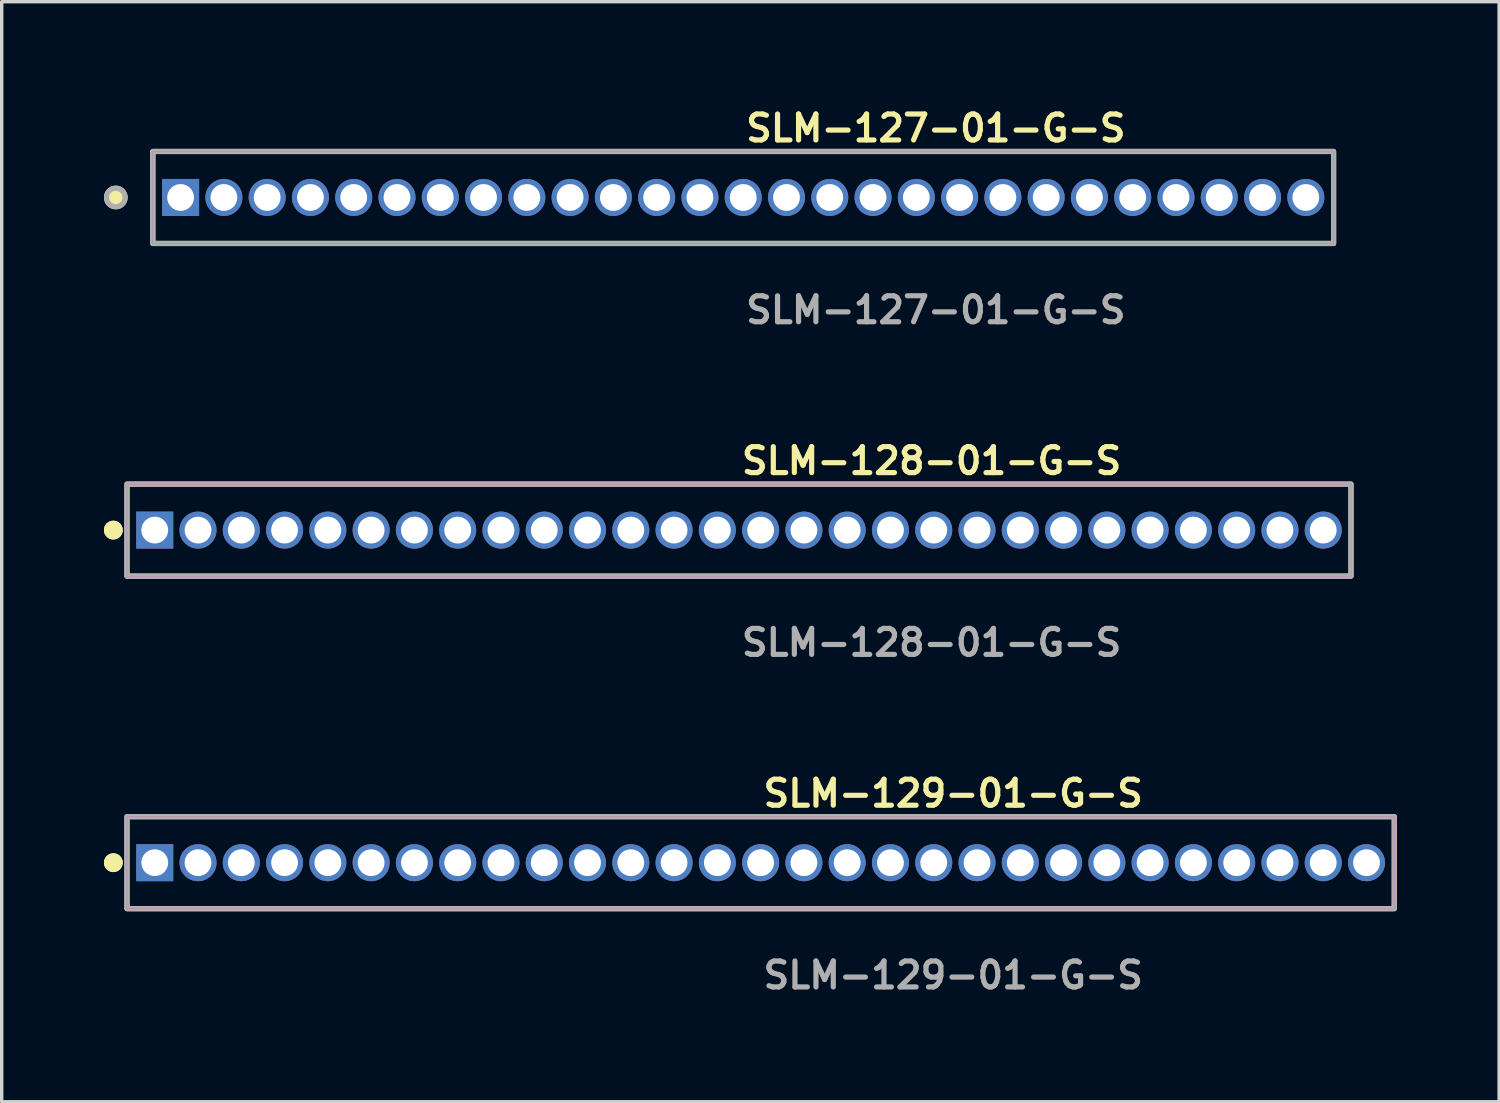
<source format=kicad_pcb>
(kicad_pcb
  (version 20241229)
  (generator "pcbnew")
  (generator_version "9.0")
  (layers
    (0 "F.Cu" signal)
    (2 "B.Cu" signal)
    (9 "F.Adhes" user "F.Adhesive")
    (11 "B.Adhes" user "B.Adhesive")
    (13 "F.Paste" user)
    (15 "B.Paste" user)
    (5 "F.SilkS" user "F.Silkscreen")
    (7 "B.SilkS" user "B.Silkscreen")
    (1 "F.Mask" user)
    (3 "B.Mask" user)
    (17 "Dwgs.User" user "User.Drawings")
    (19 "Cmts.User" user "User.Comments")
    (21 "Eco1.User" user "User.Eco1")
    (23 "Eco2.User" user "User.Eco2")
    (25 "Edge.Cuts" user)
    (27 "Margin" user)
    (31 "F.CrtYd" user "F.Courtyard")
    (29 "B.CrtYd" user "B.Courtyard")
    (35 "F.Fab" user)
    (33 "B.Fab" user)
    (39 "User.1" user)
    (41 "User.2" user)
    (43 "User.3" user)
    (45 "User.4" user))
  (footprint "SLM-129-01-G-S"
    (layer "F.Cu")
    (at 19.271 22.266)
    (property "Reference" "SLM-129-01-G-S" (at 0 -2.032 0) (unlocked yes) (layer "F.SilkS") (effects (font (size 0.762 0.762) (thickness 0.152)) (justify left)))
    (fp_rect (start -18.595 1.35) (end 18.595 -1.35) (stroke (width 0.152) (type solid)) (fill no) (layer "F.SilkS"))
    (fp_circle (center -18.995 0) (end -19.195 0) (stroke (width 0.152) (type solid)) (fill yes) (layer "F.SilkS"))
    (fp_circle (center -18.995 0) (end -19.195 0) (stroke (width 0.152) (type solid)) (fill yes) (layer "F.SilkS"))
    (fp_rect (start -18.595 1.35) (end 18.595 -1.35) (stroke (width 0.006) (type solid)) (fill no) (layer "F.CrtYd"))
    (fp_rect (start -18.595 1.35) (end 18.595 -1.35) (stroke (width 0.152) (type solid)) (fill no) (layer "F.Fab"))
    (fp_text user "${REFERENCE}" (at 0 3.302 0) (unlocked yes) (layer "F.Fab") (effects (font (size 0.762 0.762) (thickness 0.152)) (justify left)))
    (pad "1" thru_hole rect (at -17.78 0) (size 1.087 1.087) (drill 0.787) (layers "*.Cu" "*.Mask"))
    (pad "2" thru_hole circle (at -16.51 0) (size 1.087 1.087) (drill 0.787) (layers "*.Cu" "*.Mask"))
    (pad "3" thru_hole circle (at -15.24 0) (size 1.087 1.087) (drill 0.787) (layers "*.Cu" "*.Mask"))
    (pad "4" thru_hole circle (at -13.97 0) (size 1.087 1.087) (drill 0.787) (layers "*.Cu" "*.Mask"))
    (pad "5" thru_hole circle (at -12.7 0) (size 1.087 1.087) (drill 0.787) (layers "*.Cu" "*.Mask"))
    (pad "6" thru_hole circle (at -11.43 0) (size 1.087 1.087) (drill 0.787) (layers "*.Cu" "*.Mask"))
    (pad "7" thru_hole circle (at -10.16 0) (size 1.087 1.087) (drill 0.787) (layers "*.Cu" "*.Mask"))
    (pad "8" thru_hole circle (at -8.89 0) (size 1.087 1.087) (drill 0.787) (layers "*.Cu" "*.Mask"))
    (pad "9" thru_hole circle (at -7.62 0) (size 1.087 1.087) (drill 0.787) (layers "*.Cu" "*.Mask"))
    (pad "10" thru_hole circle (at -6.35 0) (size 1.087 1.087) (drill 0.787) (layers "*.Cu" "*.Mask"))
    (pad "11" thru_hole circle (at -5.08 0) (size 1.087 1.087) (drill 0.787) (layers "*.Cu" "*.Mask"))
    (pad "12" thru_hole circle (at -3.81 0) (size 1.087 1.087) (drill 0.787) (layers "*.Cu" "*.Mask"))
    (pad "13" thru_hole circle (at -2.54 0) (size 1.087 1.087) (drill 0.787) (layers "*.Cu" "*.Mask"))
    (pad "14" thru_hole circle (at -1.27 0) (size 1.087 1.087) (drill 0.787) (layers "*.Cu" "*.Mask"))
    (pad "15" thru_hole circle (at 0 0) (size 1.087 1.087) (drill 0.787) (layers "*.Cu" "*.Mask"))
    (pad "16" thru_hole circle (at 1.27 0) (size 1.087 1.087) (drill 0.787) (layers "*.Cu" "*.Mask"))
    (pad "17" thru_hole circle (at 2.54 0) (size 1.087 1.087) (drill 0.787) (layers "*.Cu" "*.Mask"))
    (pad "18" thru_hole circle (at 3.81 0) (size 1.087 1.087) (drill 0.787) (layers "*.Cu" "*.Mask"))
    (pad "19" thru_hole circle (at 5.08 0) (size 1.087 1.087) (drill 0.787) (layers "*.Cu" "*.Mask"))
    (pad "20" thru_hole circle (at 6.35 0) (size 1.087 1.087) (drill 0.787) (layers "*.Cu" "*.Mask"))
    (pad "21" thru_hole circle (at 7.62 0) (size 1.087 1.087) (drill 0.787) (layers "*.Cu" "*.Mask"))
    (pad "22" thru_hole circle (at 8.89 0) (size 1.087 1.087) (drill 0.787) (layers "*.Cu" "*.Mask"))
    (pad "23" thru_hole circle (at 10.16 0) (size 1.087 1.087) (drill 0.787) (layers "*.Cu" "*.Mask"))
    (pad "24" thru_hole circle (at 11.43 0) (size 1.087 1.087) (drill 0.787) (layers "*.Cu" "*.Mask"))
    (pad "25" thru_hole circle (at 12.7 0) (size 1.087 1.087) (drill 0.787) (layers "*.Cu" "*.Mask"))
    (pad "26" thru_hole circle (at 13.97 0) (size 1.087 1.087) (drill 0.787) (layers "*.Cu" "*.Mask"))
    (pad "27" thru_hole circle (at 15.24 0) (size 1.087 1.087) (drill 0.787) (layers "*.Cu" "*.Mask"))
    (pad "28" thru_hole circle (at 16.51 0) (size 1.087 1.087) (drill 0.787) (layers "*.Cu" "*.Mask"))
    (pad "29" thru_hole circle (at 17.78 0) (size 1.087 1.087) (drill 0.787) (layers "*.Cu" "*.Mask")))
  (footprint "SLM-127-01-G-S"
    (layer "F.Cu")
    (at 18.76 2.745)
    (property "Reference" "SLM-127-01-G-S" (at 0 -2.032 0) (unlocked yes) (layer "F.SilkS") (effects (font (size 0.762 0.762) (thickness 0.152)) (justify left)))
    (fp_rect (start -17.325 1.35) (end 17.325 -1.35) (stroke (width 0.152) (type solid)) (fill no) (layer "F.SilkS"))
    (fp_circle (center -18.412 0) (end -18.684 0) (stroke (width 0.152) (type solid)) (fill yes) (layer "F.SilkS"))
    (fp_rect (start -17.325 1.35) (end 17.325 -1.35) (stroke (width 0.006) (type solid)) (fill no) (layer "F.CrtYd"))
    (fp_rect (start -17.325 1.35) (end 17.325 -1.35) (stroke (width 0.152) (type solid)) (fill no) (layer "F.Fab"))
    (fp_circle (center -18.412 0) (end -18.684 0) (stroke (width 0.152) (type solid)) (fill no) (layer "F.Fab"))
    (fp_text user "${REFERENCE}" (at 0 3.302 0) (unlocked yes) (layer "F.Fab") (effects (font (size 0.762 0.762) (thickness 0.152)) (justify left)))
    (pad "1" thru_hole rect (at -16.51 0) (size 1.087 1.087) (drill 0.787) (layers "*.Cu" "*.Mask"))
    (pad "2" thru_hole circle (at -15.24 0) (size 1.087 1.087) (drill 0.787) (layers "*.Cu" "*.Mask"))
    (pad "3" thru_hole circle (at -13.97 0) (size 1.087 1.087) (drill 0.787) (layers "*.Cu" "*.Mask"))
    (pad "4" thru_hole circle (at -12.7 0) (size 1.087 1.087) (drill 0.787) (layers "*.Cu" "*.Mask"))
    (pad "5" thru_hole circle (at -11.43 0) (size 1.087 1.087) (drill 0.787) (layers "*.Cu" "*.Mask"))
    (pad "6" thru_hole circle (at -10.16 0) (size 1.087 1.087) (drill 0.787) (layers "*.Cu" "*.Mask"))
    (pad "7" thru_hole circle (at -8.89 0) (size 1.087 1.087) (drill 0.787) (layers "*.Cu" "*.Mask"))
    (pad "8" thru_hole circle (at -7.62 0) (size 1.087 1.087) (drill 0.787) (layers "*.Cu" "*.Mask"))
    (pad "9" thru_hole circle (at -6.35 0) (size 1.087 1.087) (drill 0.787) (layers "*.Cu" "*.Mask"))
    (pad "10" thru_hole circle (at -5.08 0) (size 1.087 1.087) (drill 0.787) (layers "*.Cu" "*.Mask"))
    (pad "11" thru_hole circle (at -3.81 0) (size 1.087 1.087) (drill 0.787) (layers "*.Cu" "*.Mask"))
    (pad "12" thru_hole circle (at -2.54 0) (size 1.087 1.087) (drill 0.787) (layers "*.Cu" "*.Mask"))
    (pad "13" thru_hole circle (at -1.27 0) (size 1.087 1.087) (drill 0.787) (layers "*.Cu" "*.Mask"))
    (pad "14" thru_hole circle (at 0 0) (size 1.087 1.087) (drill 0.787) (layers "*.Cu" "*.Mask"))
    (pad "15" thru_hole circle (at 1.27 0) (size 1.087 1.087) (drill 0.787) (layers "*.Cu" "*.Mask"))
    (pad "16" thru_hole circle (at 2.54 0) (size 1.087 1.087) (drill 0.787) (layers "*.Cu" "*.Mask"))
    (pad "17" thru_hole circle (at 3.81 0) (size 1.087 1.087) (drill 0.787) (layers "*.Cu" "*.Mask"))
    (pad "18" thru_hole circle (at 5.08 0) (size 1.087 1.087) (drill 0.787) (layers "*.Cu" "*.Mask"))
    (pad "19" thru_hole circle (at 6.35 0) (size 1.087 1.087) (drill 0.787) (layers "*.Cu" "*.Mask"))
    (pad "20" thru_hole circle (at 7.62 0) (size 1.087 1.087) (drill 0.787) (layers "*.Cu" "*.Mask"))
    (pad "21" thru_hole circle (at 8.89 0) (size 1.087 1.087) (drill 0.787) (layers "*.Cu" "*.Mask"))
    (pad "22" thru_hole circle (at 10.16 0) (size 1.087 1.087) (drill 0.787) (layers "*.Cu" "*.Mask"))
    (pad "23" thru_hole circle (at 11.43 0) (size 1.087 1.087) (drill 0.787) (layers "*.Cu" "*.Mask"))
    (pad "24" thru_hole circle (at 12.7 0) (size 1.087 1.087) (drill 0.787) (layers "*.Cu" "*.Mask"))
    (pad "25" thru_hole circle (at 13.97 0) (size 1.087 1.087) (drill 0.787) (layers "*.Cu" "*.Mask"))
    (pad "26" thru_hole circle (at 15.24 0) (size 1.087 1.087) (drill 0.787) (layers "*.Cu" "*.Mask"))
    (pad "27" thru_hole circle (at 16.51 0) (size 1.087 1.087) (drill 0.787) (layers "*.Cu" "*.Mask")))
  (footprint "SLM-128-01-G-S"
    (layer "F.Cu")
    (at 18.636 12.506)
    (property "Reference" "SLM-128-01-G-S" (at 0 -2.032 0) (unlocked yes) (layer "F.SilkS") (effects (font (size 0.762 0.762) (thickness 0.152)) (justify left)))
    (fp_rect (start -17.96 1.35) (end 17.96 -1.35) (stroke (width 0.152) (type solid)) (fill no) (layer "F.SilkS"))
    (fp_circle (center -18.36 0) (end -18.56 0) (stroke (width 0.152) (type solid)) (fill yes) (layer "F.SilkS"))
    (fp_circle (center -18.36 0) (end -18.56 0) (stroke (width 0.152) (type solid)) (fill yes) (layer "F.SilkS"))
    (fp_rect (start -17.96 1.35) (end 17.96 -1.35) (stroke (width 0.006) (type solid)) (fill no) (layer "F.CrtYd"))
    (fp_rect (start -17.96 1.35) (end 17.96 -1.35) (stroke (width 0.152) (type solid)) (fill no) (layer "F.Fab"))
    (fp_text user "${REFERENCE}" (at 0 3.302 0) (unlocked yes) (layer "F.Fab") (effects (font (size 0.762 0.762) (thickness 0.152)) (justify left)))
    (pad "1" thru_hole rect (at -17.145 0) (size 1.087 1.087) (drill 0.787) (layers "*.Cu" "*.Mask"))
    (pad "2" thru_hole circle (at -15.875 0) (size 1.087 1.087) (drill 0.787) (layers "*.Cu" "*.Mask"))
    (pad "3" thru_hole circle (at -14.605 0) (size 1.087 1.087) (drill 0.787) (layers "*.Cu" "*.Mask"))
    (pad "4" thru_hole circle (at -13.335 0) (size 1.087 1.087) (drill 0.787) (layers "*.Cu" "*.Mask"))
    (pad "5" thru_hole circle (at -12.065 0) (size 1.087 1.087) (drill 0.787) (layers "*.Cu" "*.Mask"))
    (pad "6" thru_hole circle (at -10.795 0) (size 1.087 1.087) (drill 0.787) (layers "*.Cu" "*.Mask"))
    (pad "7" thru_hole circle (at -9.525 0) (size 1.087 1.087) (drill 0.787) (layers "*.Cu" "*.Mask"))
    (pad "8" thru_hole circle (at -8.255 0) (size 1.087 1.087) (drill 0.787) (layers "*.Cu" "*.Mask"))
    (pad "9" thru_hole circle (at -6.985 0) (size 1.087 1.087) (drill 0.787) (layers "*.Cu" "*.Mask"))
    (pad "10" thru_hole circle (at -5.715 0) (size 1.087 1.087) (drill 0.787) (layers "*.Cu" "*.Mask"))
    (pad "11" thru_hole circle (at -4.445 0) (size 1.087 1.087) (drill 0.787) (layers "*.Cu" "*.Mask"))
    (pad "12" thru_hole circle (at -3.175 0) (size 1.087 1.087) (drill 0.787) (layers "*.Cu" "*.Mask"))
    (pad "13" thru_hole circle (at -1.905 0) (size 1.087 1.087) (drill 0.787) (layers "*.Cu" "*.Mask"))
    (pad "14" thru_hole circle (at -0.635 0) (size 1.087 1.087) (drill 0.787) (layers "*.Cu" "*.Mask"))
    (pad "15" thru_hole circle (at 0.635 0) (size 1.087 1.087) (drill 0.787) (layers "*.Cu" "*.Mask"))
    (pad "16" thru_hole circle (at 1.905 0) (size 1.087 1.087) (drill 0.787) (layers "*.Cu" "*.Mask"))
    (pad "17" thru_hole circle (at 3.175 0) (size 1.087 1.087) (drill 0.787) (layers "*.Cu" "*.Mask"))
    (pad "18" thru_hole circle (at 4.445 0) (size 1.087 1.087) (drill 0.787) (layers "*.Cu" "*.Mask"))
    (pad "19" thru_hole circle (at 5.715 0) (size 1.087 1.087) (drill 0.787) (layers "*.Cu" "*.Mask"))
    (pad "20" thru_hole circle (at 6.985 0) (size 1.087 1.087) (drill 0.787) (layers "*.Cu" "*.Mask"))
    (pad "21" thru_hole circle (at 8.255 0) (size 1.087 1.087) (drill 0.787) (layers "*.Cu" "*.Mask"))
    (pad "22" thru_hole circle (at 9.525 0) (size 1.087 1.087) (drill 0.787) (layers "*.Cu" "*.Mask"))
    (pad "23" thru_hole circle (at 10.795 0) (size 1.087 1.087) (drill 0.787) (layers "*.Cu" "*.Mask"))
    (pad "24" thru_hole circle (at 12.065 0) (size 1.087 1.087) (drill 0.787) (layers "*.Cu" "*.Mask"))
    (pad "25" thru_hole circle (at 13.335 0) (size 1.087 1.087) (drill 0.787) (layers "*.Cu" "*.Mask"))
    (pad "26" thru_hole circle (at 14.605 0) (size 1.087 1.087) (drill 0.787) (layers "*.Cu" "*.Mask"))
    (pad "27" thru_hole circle (at 15.875 0) (size 1.087 1.087) (drill 0.787) (layers "*.Cu" "*.Mask"))
    (pad "28" thru_hole circle (at 17.145 0) (size 1.087 1.087) (drill 0.787) (layers "*.Cu" "*.Mask")))
  (gr_rect
    (start -3 -3)
    (end 40.942 29.281)
    (stroke (width 0.1) (type default))
    (fill no)
    (layer "Edge.Cuts")))
</source>
